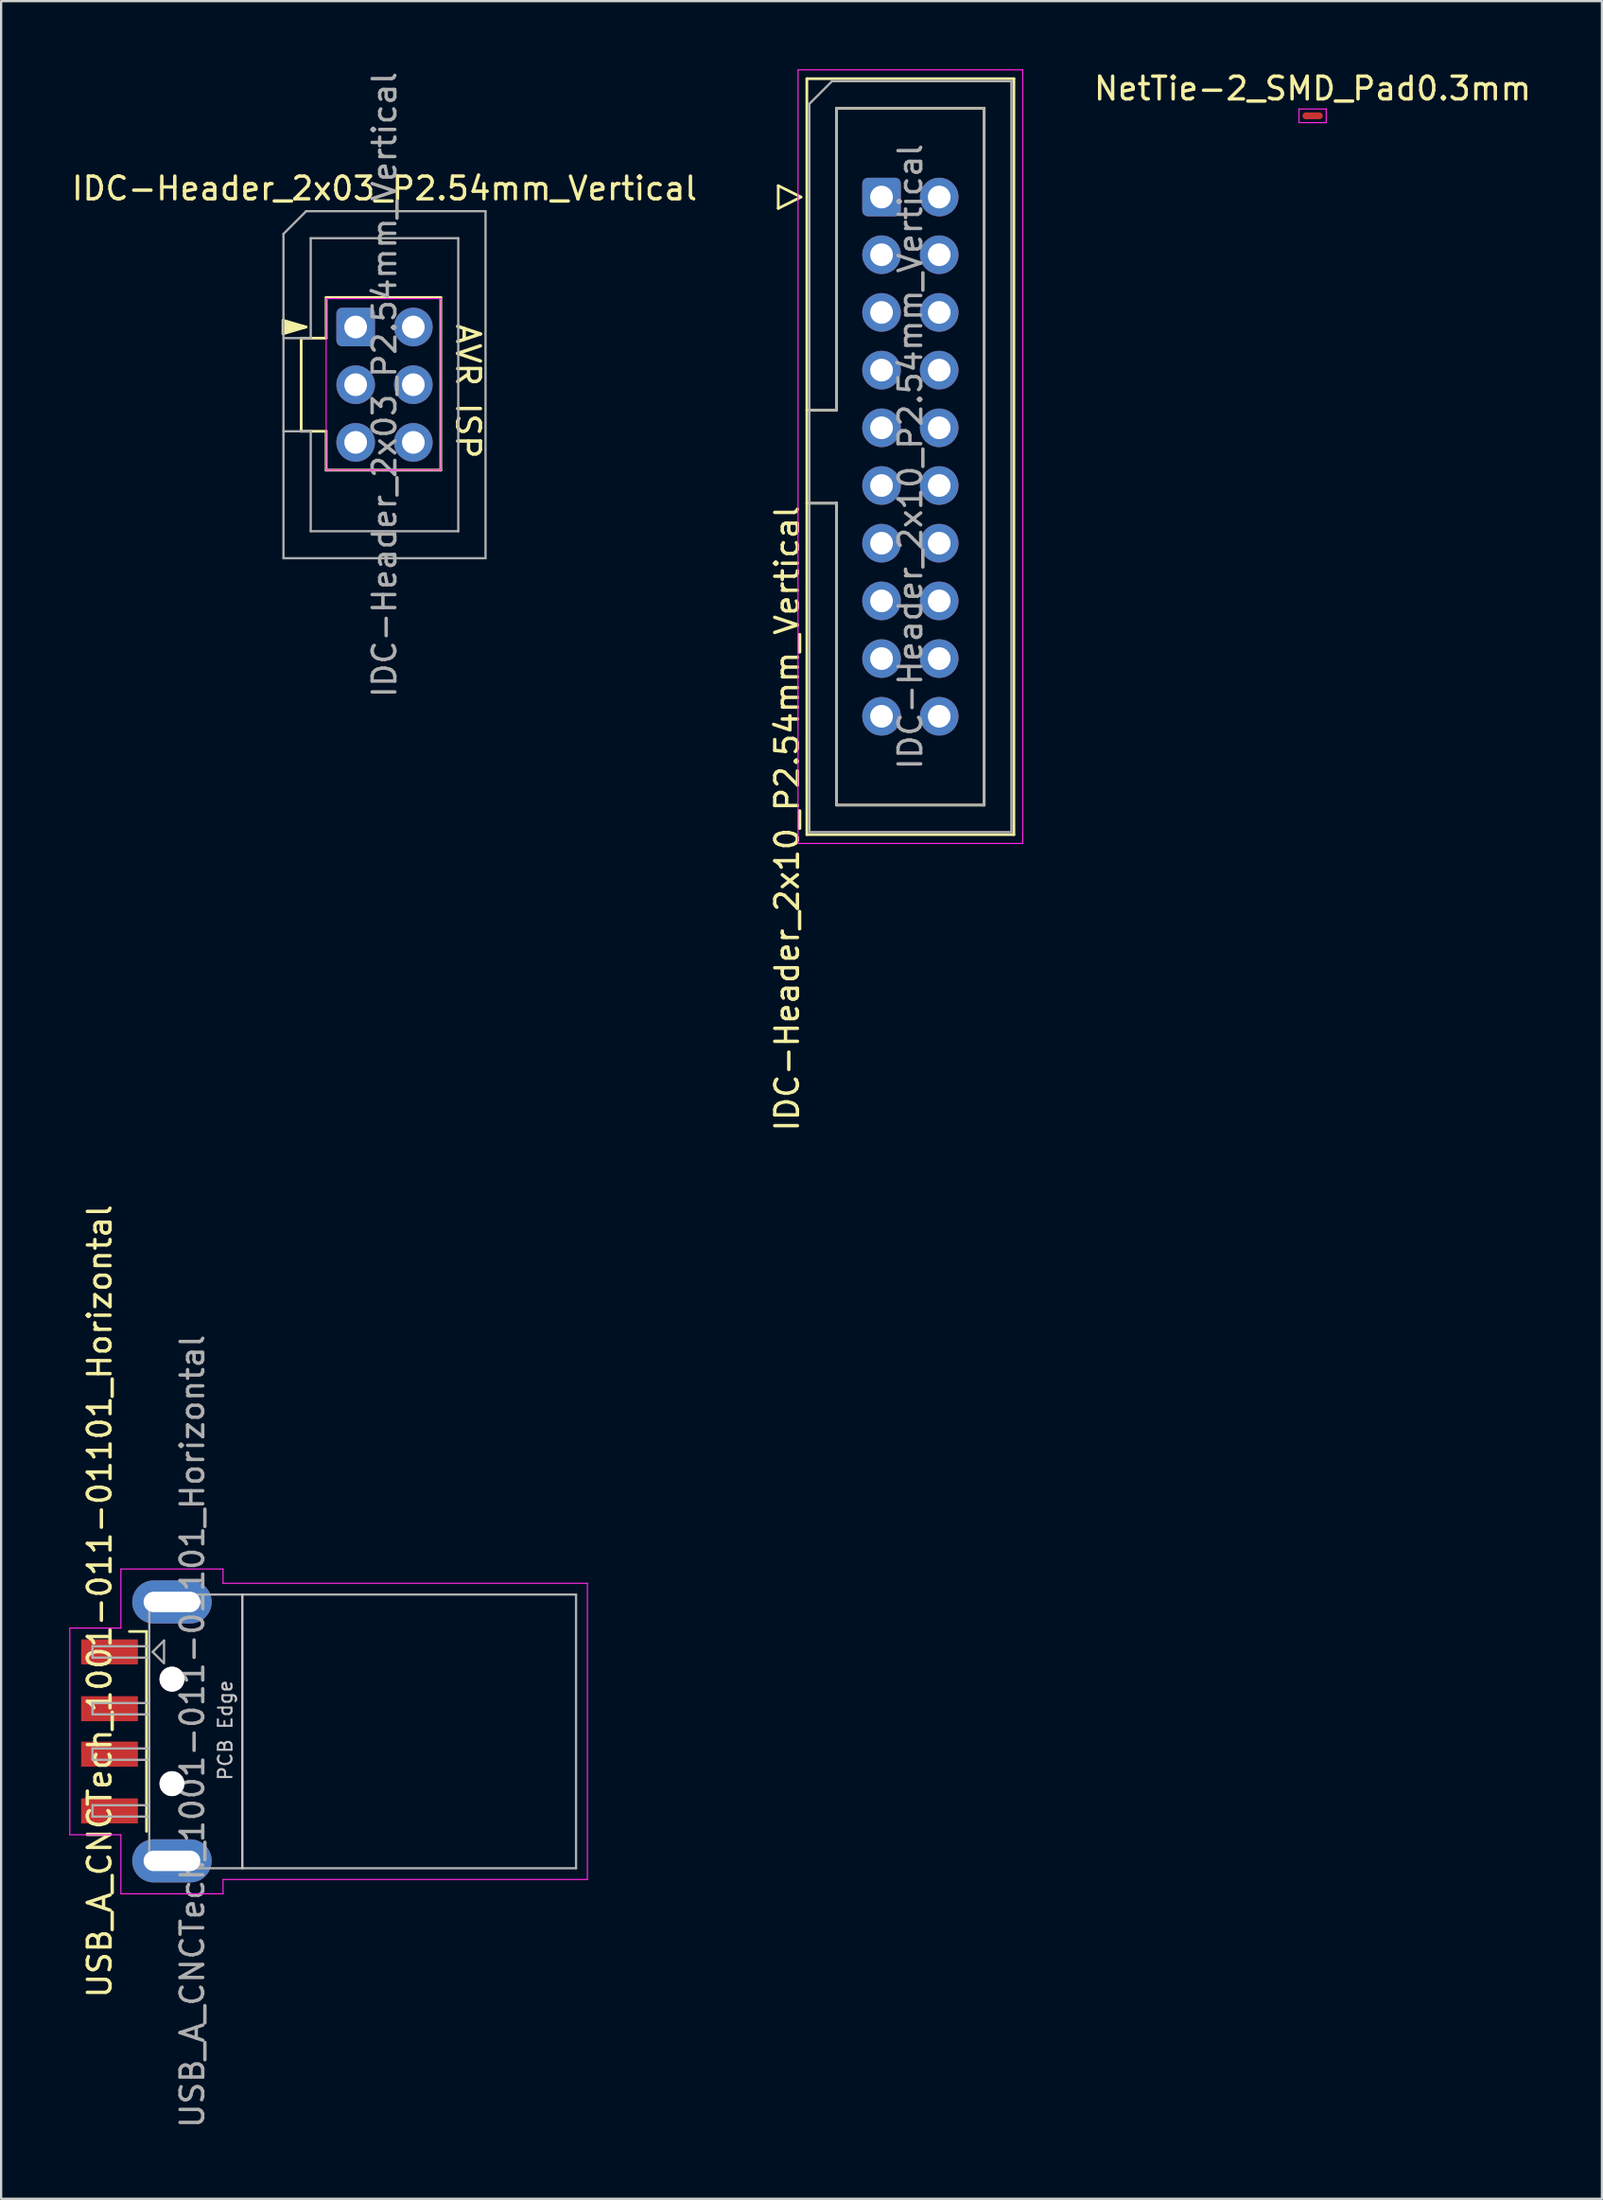
<source format=kicad_pcb>
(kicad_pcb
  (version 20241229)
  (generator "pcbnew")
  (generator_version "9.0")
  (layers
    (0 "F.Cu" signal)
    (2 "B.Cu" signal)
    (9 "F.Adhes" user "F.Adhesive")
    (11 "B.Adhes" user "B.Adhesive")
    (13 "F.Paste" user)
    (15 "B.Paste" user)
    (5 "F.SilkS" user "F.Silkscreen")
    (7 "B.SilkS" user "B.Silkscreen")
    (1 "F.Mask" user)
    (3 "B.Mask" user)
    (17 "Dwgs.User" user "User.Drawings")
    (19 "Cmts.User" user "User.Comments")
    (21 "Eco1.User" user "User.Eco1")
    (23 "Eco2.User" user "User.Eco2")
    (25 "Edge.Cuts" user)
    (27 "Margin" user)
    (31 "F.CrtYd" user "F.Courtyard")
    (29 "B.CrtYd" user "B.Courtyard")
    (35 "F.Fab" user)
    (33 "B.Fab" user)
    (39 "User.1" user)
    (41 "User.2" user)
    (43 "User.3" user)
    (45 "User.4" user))
  (footprint "IDC-Header_2x03_P2.54mm_Vertical"
    (layer "F.Cu")
    (at 12.617 11.347)
    (property "Reference" "IDC-Header_2x03_P2.54mm_Vertical" (at 1.27 -6.1 0) (layer "F.SilkS") (effects (font (size 1 1) (thickness 0.15))))
    (attr through_hole)
    (fp_line (start -3.2 -0.3) (end -3.2 0.3) (stroke (width 0.12) (type solid)) (layer "F.SilkS"))
    (fp_line (start -3.2 0.3) (end -2.2 0) (stroke (width 0.12) (type solid)) (layer "F.SilkS"))
    (fp_line (start -2.4 0.49) (end -2.4 4.59) (stroke (width 0.12) (type solid)) (layer "F.SilkS"))
    (fp_line (start -2.4 0.49) (end -1.3 0.49) (stroke (width 0.12) (type solid)) (layer "F.SilkS"))
    (fp_line (start -2.2 0) (end -3.2 -0.3) (stroke (width 0.12) (type solid)) (layer "F.SilkS"))
    (fp_line (start -2.2 0) (end -3.2 -0.2) (stroke (width 0.12) (type solid)) (layer "F.SilkS"))
    (fp_line (start -2.2 0) (end -3.2 -0.1) (stroke (width 0.12) (type solid)) (layer "F.SilkS"))
    (fp_line (start -2.2 0) (end -3.2 0) (stroke (width 0.12) (type solid)) (layer "F.SilkS"))
    (fp_line (start -2.2 0) (end -3.2 0.1) (stroke (width 0.12) (type solid)) (layer "F.SilkS"))
    (fp_line (start -2.2 0) (end -3.2 0.2) (stroke (width 0.12) (type solid)) (layer "F.SilkS"))
    (fp_line (start -1.98 4.59) (end -2.4 4.59) (stroke (width 0.12) (type solid)) (layer "F.SilkS"))
    (fp_line (start -1.3 -1.3) (end 3.75 -1.3) (stroke (width 0.12) (type solid)) (layer "F.SilkS"))
    (fp_line (start -1.3 0.49) (end -1.3 -1.3) (stroke (width 0.12) (type solid)) (layer "F.SilkS"))
    (fp_line (start -1.3 4.59) (end -1.98 4.59) (stroke (width 0.12) (type solid)) (layer "F.SilkS"))
    (fp_line (start -1.3 6.3) (end -1.3 4.59) (stroke (width 0.12) (type solid)) (layer "F.SilkS"))
    (fp_line (start 3.75 -1.3) (end 3.75 6.3) (stroke (width 0.12) (type solid)) (layer "F.SilkS"))
    (fp_line (start 3.75 6.3) (end -1.3 6.3) (stroke (width 0.12) (type solid)) (layer "F.SilkS"))
    (fp_line (start -1.3 -1.25) (end -1.3 6.3) (stroke (width 0.05) (type solid)) (layer "F.CrtYd"))
    (fp_line (start -1.3 6.3) (end 3.75 6.3) (stroke (width 0.05) (type solid)) (layer "F.CrtYd"))
    (fp_line (start 3.75 -1.25) (end -1.3 -1.25) (stroke (width 0.05) (type solid)) (layer "F.CrtYd"))
    (fp_line (start 3.75 6.3) (end 3.75 -1.25) (stroke (width 0.05) (type solid)) (layer "F.CrtYd"))
    (fp_line (start -3.18 -4.1) (end -2.18 -5.1) (stroke (width 0.1) (type solid)) (layer "F.Fab"))
    (fp_line (start -3.18 0.49) (end -1.98 0.49) (stroke (width 0.1) (type solid)) (layer "F.Fab"))
    (fp_line (start -3.18 10.18) (end -3.18 -4.1) (stroke (width 0.1) (type solid)) (layer "F.Fab"))
    (fp_line (start -2.18 -5.1) (end 5.72 -5.1) (stroke (width 0.1) (type solid)) (layer "F.Fab"))
    (fp_line (start -1.98 -3.91) (end 4.52 -3.91) (stroke (width 0.1) (type solid)) (layer "F.Fab"))
    (fp_line (start -1.98 0.49) (end -1.98 -3.91) (stroke (width 0.1) (type solid)) (layer "F.Fab"))
    (fp_line (start -1.98 4.59) (end -3.18 4.59) (stroke (width 0.1) (type solid)) (layer "F.Fab"))
    (fp_line (start -1.98 4.59) (end -1.98 4.59) (stroke (width 0.1) (type solid)) (layer "F.Fab"))
    (fp_line (start -1.98 8.99) (end -1.98 4.59) (stroke (width 0.1) (type solid)) (layer "F.Fab"))
    (fp_line (start 4.52 -3.91) (end 4.52 8.99) (stroke (width 0.1) (type solid)) (layer "F.Fab"))
    (fp_line (start 4.52 8.99) (end -1.98 8.99) (stroke (width 0.1) (type solid)) (layer "F.Fab"))
    (fp_line (start 5.72 -5.1) (end 5.72 10.18) (stroke (width 0.1) (type solid)) (layer "F.Fab"))
    (fp_line (start 5.72 10.18) (end -3.18 10.18) (stroke (width 0.1) (type solid)) (layer "F.Fab"))
    (fp_text user "AVR ISP" (at 4.95 2.828 270) (unlocked yes) (layer "F.SilkS") (effects (font (size 1 1) (thickness 0.15))))
    (fp_text user "${REFERENCE}" (at 1.27 2.54 270) (layer "F.Fab") (effects (font (size 1 1) (thickness 0.15))))
    (pad "1" thru_hole roundrect (at 0 0) (size 1.7 1.7) (drill 1) (layers "*.Cu" "*.Mask") (roundrect_rratio 0.147))
    (pad "2" thru_hole circle (at 2.54 0) (size 1.7 1.7) (drill 1) (layers "*.Cu" "*.Mask"))
    (pad "3" thru_hole circle (at 0 2.54) (size 1.7 1.7) (drill 1) (layers "*.Cu" "*.Mask"))
    (pad "4" thru_hole circle (at 2.54 2.54) (size 1.7 1.7) (drill 1) (layers "*.Cu" "*.Mask"))
    (pad "5" thru_hole circle (at 0 5.08) (size 1.7 1.7) (drill 1) (layers "*.Cu" "*.Mask"))
    (pad "6" thru_hole circle (at 2.54 5.08) (size 1.7 1.7) (drill 1) (layers "*.Cu" "*.Mask")))
  (footprint "NetTie-2_SMD_Pad0.3mm"
    (layer "F.Cu")
    (at 54.771 2.048)
    (property "Reference" "NetTie-2_SMD_Pad0.3mm" (at 0 -1.2 180) (layer "F.SilkS") (effects (font (size 1 1) (thickness 0.15))))
    (attr exclude_from_pos_files)
    (fp_poly (pts (xy -0.3 -0.15) (xy 0.3 -0.15) (xy 0.3 0.15) (xy -0.3 0.15)) (stroke (width 0) (type solid)) (fill yes) (layer "F.Cu"))
    (fp_line (start -0.6 -0.3) (end -0.6 0.3) (stroke (width 0.05) (type solid)) (layer "F.CrtYd"))
    (fp_line (start -0.6 0.3) (end 0.6 0.3) (stroke (width 0.05) (type solid)) (layer "F.CrtYd"))
    (fp_line (start 0.6 -0.3) (end -0.6 -0.3) (stroke (width 0.05) (type solid)) (layer "F.CrtYd"))
    (fp_line (start 0.6 0.3) (end 0.6 -0.3) (stroke (width 0.05) (type solid)) (layer "F.CrtYd"))
    (pad "1" smd circle (at -0.3 0) (size 0.3 0.3) (layers "F.Cu"))
    (pad "2" smd circle (at 0.3 0) (size 0.3 0.3) (layers "F.Cu")))
  (footprint "USB_A_CNCTech_1001-011-01101_Horizontal"
    (layer "F.Cu")
    (at 11.425 73.177)
    (property "Reference" "USB_A_CNCTech_1001-011-01101_Horizontal" (at -10.083 -5.728 270) (layer "F.SilkS") (effects (font (size 1 1) (thickness 0.15))))
    (attr smd)
    (fp_line (start -8.02 -4.4) (end -8.775 -4.4) (stroke (width 0.12) (type solid)) (layer "F.SilkS"))
    (fp_line (start -8.02 -4.4) (end -8.02 4.4) (stroke (width 0.12) (type solid)) (layer "F.SilkS"))
    (fp_line (start -3.8 6.025) (end -3.8 -6.025) (stroke (width 0.1) (type solid)) (layer "Dwgs.User"))
    (fp_line (start -11.4 -4.55) (end -9.15 -4.55) (stroke (width 0.05) (type solid)) (layer "F.CrtYd"))
    (fp_line (start -11.4 4.55) (end -11.4 -4.55) (stroke (width 0.05) (type solid)) (layer "F.CrtYd"))
    (fp_line (start -11.4 4.55) (end -9.15 4.55) (stroke (width 0.05) (type solid)) (layer "F.CrtYd"))
    (fp_line (start -9.15 -7.15) (end -9.15 -4.55) (stroke (width 0.05) (type solid)) (layer "F.CrtYd"))
    (fp_line (start -9.15 -7.15) (end -4.65 -7.15) (stroke (width 0.05) (type solid)) (layer "F.CrtYd"))
    (fp_line (start -9.15 4.55) (end -9.15 7.15) (stroke (width 0.05) (type solid)) (layer "F.CrtYd"))
    (fp_line (start -9.15 7.15) (end -4.65 7.15) (stroke (width 0.05) (type solid)) (layer "F.CrtYd"))
    (fp_line (start -4.65 -6.52) (end -4.65 -7.15) (stroke (width 0.05) (type solid)) (layer "F.CrtYd"))
    (fp_line (start -4.65 -6.52) (end 11.4 -6.52) (stroke (width 0.05) (type solid)) (layer "F.CrtYd"))
    (fp_line (start -4.65 6.52) (end 11.4 6.52) (stroke (width 0.05) (type solid)) (layer "F.CrtYd"))
    (fp_line (start -4.65 7.15) (end -4.65 6.52) (stroke (width 0.05) (type solid)) (layer "F.CrtYd"))
    (fp_line (start 11.4 6.52) (end 11.4 -6.52) (stroke (width 0.05) (type solid)) (layer "F.CrtYd"))
    (fp_line (start -10.4 -3.75) (end -7.9 -3.75) (stroke (width 0.1) (type solid)) (layer "F.Fab"))
    (fp_line (start -10.4 -3.25) (end -10.4 -3.75) (stroke (width 0.1) (type solid)) (layer "F.Fab"))
    (fp_line (start -10.4 -3.25) (end -7.9 -3.25) (stroke (width 0.1) (type solid)) (layer "F.Fab"))
    (fp_line (start -10.4 -1.25) (end -7.9 -1.25) (stroke (width 0.1) (type solid)) (layer "F.Fab"))
    (fp_line (start -10.4 -0.75) (end -10.4 -1.25) (stroke (width 0.1) (type solid)) (layer "F.Fab"))
    (fp_line (start -10.4 -0.75) (end -7.9 -0.75) (stroke (width 0.1) (type solid)) (layer "F.Fab"))
    (fp_line (start -10.4 0.75) (end -7.9 0.75) (stroke (width 0.1) (type solid)) (layer "F.Fab"))
    (fp_line (start -10.4 1.25) (end -10.4 0.75) (stroke (width 0.1) (type solid)) (layer "F.Fab"))
    (fp_line (start -10.4 1.25) (end -7.9 1.25) (stroke (width 0.1) (type solid)) (layer "F.Fab"))
    (fp_line (start -10.4 3.25) (end -7.9 3.25) (stroke (width 0.1) (type solid)) (layer "F.Fab"))
    (fp_line (start -10.4 3.75) (end -10.4 3.25) (stroke (width 0.1) (type solid)) (layer "F.Fab"))
    (fp_line (start -10.4 3.75) (end -7.9 3.75) (stroke (width 0.1) (type solid)) (layer "F.Fab"))
    (fp_line (start -7.9 -6.025) (end 10.9 -6.025) (stroke (width 0.1) (type solid)) (layer "F.Fab"))
    (fp_line (start -7.9 6.025) (end -7.9 -6.025) (stroke (width 0.1) (type solid)) (layer "F.Fab"))
    (fp_line (start -7.9 6.025) (end 10.9 6.025) (stroke (width 0.1) (type solid)) (layer "F.Fab"))
    (fp_line (start -7.75 -3.5) (end -7.25 -4) (stroke (width 0.1) (type solid)) (layer "F.Fab"))
    (fp_line (start -7.75 -3.5) (end -7.25 -3) (stroke (width 0.1) (type solid)) (layer "F.Fab"))
    (fp_line (start -7.25 -4) (end -7.25 -3.05) (stroke (width 0.1) (type solid)) (layer "F.Fab"))
    (fp_line (start 10.9 6.025) (end 10.9 -6.025) (stroke (width 0.1) (type solid)) (layer "F.Fab"))
    (fp_circle (center -6.9 -2.3) (end -6.9 -2.8) (stroke (width 0.1) (type solid)) (fill no) (layer "F.Fab"))
    (fp_circle (center -6.9 2.3) (end -6.9 2.8) (stroke (width 0.1) (type solid)) (fill no) (layer "F.Fab"))
    (fp_text user "PCB Edge" (at -4.55 -0.05 270) (layer "Dwgs.User") (effects (font (size 0.6 0.6) (thickness 0.09))))
    (fp_text user "${REFERENCE}" (at -6 0 270) (layer "F.Fab") (effects (font (size 1 1) (thickness 0.15))))
    (pad "" np_thru_hole circle (at -6.9 -2.3) (size 1.1 1.1) (drill 1.1) (layers "*.Cu" "*.Mask"))
    (pad "" np_thru_hole circle (at -6.9 2.3) (size 1.1 1.1) (drill 1.1) (layers "*.Cu" "*.Mask"))
    (pad "1" smd rect (at -9.65 -3.5) (size 2.5 1.1) (layers "F.Cu" "F.Mask" "F.Paste"))
    (pad "2" smd rect (at -9.65 -1) (size 2.5 1.1) (layers "F.Cu" "F.Mask" "F.Paste"))
    (pad "3" smd rect (at -9.65 1) (size 2.5 1.1) (layers "F.Cu" "F.Mask" "F.Paste"))
    (pad "4" smd rect (at -9.65 3.5) (size 2.5 1.1) (layers "F.Cu" "F.Mask" "F.Paste"))
    (pad "5" thru_hole oval (at -6.9 -5.7) (size 3.5 1.9) (drill oval 2.5 0.9) (layers "*.Cu" "*.Mask"))
    (pad "5" thru_hole oval (at -6.9 5.7) (size 3.5 1.9) (drill oval 2.5 0.9) (layers "*.Cu" "*.Mask")))
  (footprint "IDC-Header_2x10_P2.54mm_Vertical"
    (layer "F.Cu")
    (at 35.782 5.625)
    (property "Reference" "IDC-Header_2x10_P2.54mm_Vertical" (at -4.16 27.36 90) (layer "F.SilkS") (effects (font (size 1 1) (thickness 0.15))))
    (attr through_hole)
    (fp_line (start -4.55 -0.5) (end -4.55 0.5) (stroke (width 0.12) (type solid)) (layer "F.SilkS"))
    (fp_line (start -4.55 0.5) (end -3.55 0) (stroke (width 0.12) (type solid)) (layer "F.SilkS"))
    (fp_line (start -3.55 0) (end -4.55 -0.5) (stroke (width 0.12) (type solid)) (layer "F.SilkS"))
    (fp_line (start -3.29 -5.21) (end 5.83 -5.21) (stroke (width 0.12) (type solid)) (layer "F.SilkS"))
    (fp_line (start -3.29 9.38) (end -1.98 9.38) (stroke (width 0.12) (type solid)) (layer "F.SilkS"))
    (fp_line (start -3.29 28.07) (end -3.29 -5.21) (stroke (width 0.12) (type solid)) (layer "F.SilkS"))
    (fp_line (start -1.98 -3.91) (end 4.52 -3.91) (stroke (width 0.12) (type solid)) (layer "F.SilkS"))
    (fp_line (start -1.98 9.38) (end -1.98 -3.91) (stroke (width 0.12) (type solid)) (layer "F.SilkS"))
    (fp_line (start -1.98 13.48) (end -3.29 13.48) (stroke (width 0.12) (type solid)) (layer "F.SilkS"))
    (fp_line (start -1.98 13.48) (end -1.98 13.48) (stroke (width 0.12) (type solid)) (layer "F.SilkS"))
    (fp_line (start -1.98 26.77) (end -1.98 13.48) (stroke (width 0.12) (type solid)) (layer "F.SilkS"))
    (fp_line (start 4.52 -3.91) (end 4.52 26.77) (stroke (width 0.12) (type solid)) (layer "F.SilkS"))
    (fp_line (start 4.52 26.77) (end -1.98 26.77) (stroke (width 0.12) (type solid)) (layer "F.SilkS"))
    (fp_line (start 5.83 -5.21) (end 5.83 28.07) (stroke (width 0.12) (type solid)) (layer "F.SilkS"))
    (fp_line (start 5.83 28.07) (end -3.29 28.07) (stroke (width 0.12) (type solid)) (layer "F.SilkS"))
    (fp_line (start -3.68 -5.6) (end -3.68 28.46) (stroke (width 0.05) (type solid)) (layer "F.CrtYd"))
    (fp_line (start -3.68 28.46) (end 6.22 28.46) (stroke (width 0.05) (type solid)) (layer "F.CrtYd"))
    (fp_line (start 6.22 -5.6) (end -3.68 -5.6) (stroke (width 0.05) (type solid)) (layer "F.CrtYd"))
    (fp_line (start 6.22 28.46) (end 6.22 -5.6) (stroke (width 0.05) (type solid)) (layer "F.CrtYd"))
    (fp_line (start -3.18 -4.1) (end -2.18 -5.1) (stroke (width 0.1) (type solid)) (layer "F.Fab"))
    (fp_line (start -3.18 9.38) (end -1.98 9.38) (stroke (width 0.1) (type solid)) (layer "F.Fab"))
    (fp_line (start -3.18 27.96) (end -3.18 -4.1) (stroke (width 0.1) (type solid)) (layer "F.Fab"))
    (fp_line (start -2.18 -5.1) (end 5.72 -5.1) (stroke (width 0.1) (type solid)) (layer "F.Fab"))
    (fp_line (start -1.98 -3.91) (end 4.52 -3.91) (stroke (width 0.1) (type solid)) (layer "F.Fab"))
    (fp_line (start -1.98 9.38) (end -1.98 -3.91) (stroke (width 0.1) (type solid)) (layer "F.Fab"))
    (fp_line (start -1.98 13.48) (end -3.18 13.48) (stroke (width 0.1) (type solid)) (layer "F.Fab"))
    (fp_line (start -1.98 13.48) (end -1.98 13.48) (stroke (width 0.1) (type solid)) (layer "F.Fab"))
    (fp_line (start -1.98 26.77) (end -1.98 13.48) (stroke (width 0.1) (type solid)) (layer "F.Fab"))
    (fp_line (start 4.52 -3.91) (end 4.52 26.77) (stroke (width 0.1) (type solid)) (layer "F.Fab"))
    (fp_line (start 4.52 26.77) (end -1.98 26.77) (stroke (width 0.1) (type solid)) (layer "F.Fab"))
    (fp_line (start 5.72 -5.1) (end 5.72 27.96) (stroke (width 0.1) (type solid)) (layer "F.Fab"))
    (fp_line (start 5.72 27.96) (end -3.18 27.96) (stroke (width 0.1) (type solid)) (layer "F.Fab"))
    (fp_text user "${REFERENCE}" (at 1.27 11.43 90) (layer "F.Fab") (effects (font (size 1 1) (thickness 0.15))))
    (pad "1" thru_hole roundrect (at 0 0) (size 1.7 1.7) (drill 1) (layers "*.Cu" "*.Mask") (roundrect_rratio 0.147))
    (pad "2" thru_hole circle (at 2.54 0) (size 1.7 1.7) (drill 1) (layers "*.Cu" "*.Mask"))
    (pad "3" thru_hole circle (at 0 2.54) (size 1.7 1.7) (drill 1) (layers "*.Cu" "*.Mask"))
    (pad "4" thru_hole circle (at 2.54 2.54) (size 1.7 1.7) (drill 1) (layers "*.Cu" "*.Mask"))
    (pad "5" thru_hole circle (at 0 5.08) (size 1.7 1.7) (drill 1) (layers "*.Cu" "*.Mask"))
    (pad "6" thru_hole circle (at 2.54 5.08) (size 1.7 1.7) (drill 1) (layers "*.Cu" "*.Mask"))
    (pad "7" thru_hole circle (at 0 7.62) (size 1.7 1.7) (drill 1) (layers "*.Cu" "*.Mask"))
    (pad "8" thru_hole circle (at 2.54 7.62) (size 1.7 1.7) (drill 1) (layers "*.Cu" "*.Mask"))
    (pad "9" thru_hole circle (at 0 10.16) (size 1.7 1.7) (drill 1) (layers "*.Cu" "*.Mask"))
    (pad "10" thru_hole circle (at 2.54 10.16) (size 1.7 1.7) (drill 1) (layers "*.Cu" "*.Mask"))
    (pad "11" thru_hole circle (at 0 12.7) (size 1.7 1.7) (drill 1) (layers "*.Cu" "*.Mask"))
    (pad "12" thru_hole circle (at 2.54 12.7) (size 1.7 1.7) (drill 1) (layers "*.Cu" "*.Mask"))
    (pad "13" thru_hole circle (at 0 15.24) (size 1.7 1.7) (drill 1) (layers "*.Cu" "*.Mask"))
    (pad "14" thru_hole circle (at 2.54 15.24) (size 1.7 1.7) (drill 1) (layers "*.Cu" "*.Mask"))
    (pad "15" thru_hole circle (at 0 17.78) (size 1.7 1.7) (drill 1) (layers "*.Cu" "*.Mask"))
    (pad "16" thru_hole circle (at 2.54 17.78) (size 1.7 1.7) (drill 1) (layers "*.Cu" "*.Mask"))
    (pad "17" thru_hole circle (at 0 20.32) (size 1.7 1.7) (drill 1) (layers "*.Cu" "*.Mask"))
    (pad "18" thru_hole circle (at 2.54 20.32) (size 1.7 1.7) (drill 1) (layers "*.Cu" "*.Mask"))
    (pad "19" thru_hole circle (at 0 22.86) (size 1.7 1.7) (drill 1) (layers "*.Cu" "*.Mask"))
    (pad "20" thru_hole circle (at 2.54 22.86) (size 1.7 1.7) (drill 1) (layers "*.Cu" "*.Mask")))
  (gr_rect
    (start -3 -3)
    (end 67.515 93.754)
    (stroke (width 0.1) (type default))
    (fill no)
    (layer "Edge.Cuts")))
</source>
